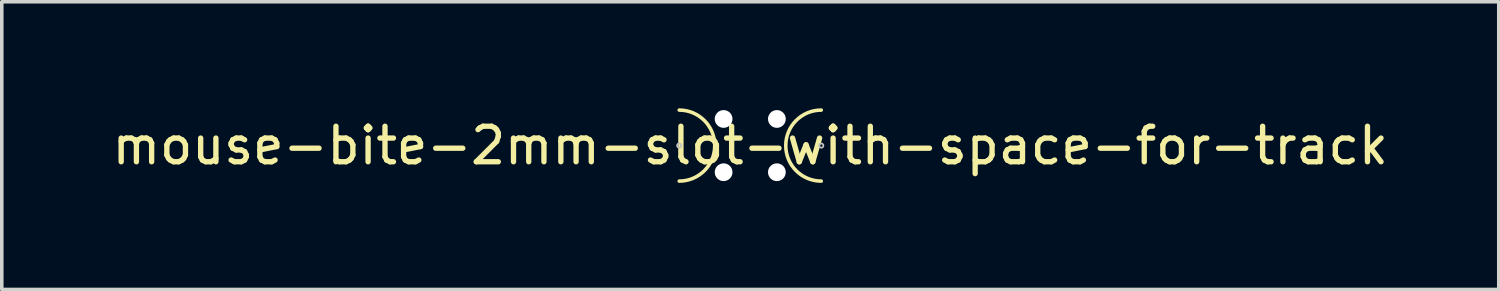
<source format=kicad_pcb>
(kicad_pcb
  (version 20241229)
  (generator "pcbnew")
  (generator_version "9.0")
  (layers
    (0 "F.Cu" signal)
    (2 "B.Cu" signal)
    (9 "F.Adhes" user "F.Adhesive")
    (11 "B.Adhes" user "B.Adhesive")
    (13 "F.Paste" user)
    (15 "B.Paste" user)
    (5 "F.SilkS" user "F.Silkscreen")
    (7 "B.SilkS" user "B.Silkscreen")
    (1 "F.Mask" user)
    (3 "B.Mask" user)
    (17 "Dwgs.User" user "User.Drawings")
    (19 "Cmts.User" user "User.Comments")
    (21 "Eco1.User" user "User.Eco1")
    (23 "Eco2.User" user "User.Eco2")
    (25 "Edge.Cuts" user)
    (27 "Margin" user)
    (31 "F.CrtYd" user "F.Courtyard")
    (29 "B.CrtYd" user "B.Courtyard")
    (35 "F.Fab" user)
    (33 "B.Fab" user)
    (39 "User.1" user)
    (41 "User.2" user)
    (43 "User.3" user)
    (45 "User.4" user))
  (footprint "mouse-bite-2mm-slot-with-space-for-track"
    (layer "F.Cu")
    (at 18.077 1.05)
    (property "Reference" "mouse-bite-2mm-slot-with-space-for-track" (at 0 0 0) (layer "F.SilkS") (effects (font (size 1 1) (thickness 0.15))))
    (attr through_hole)
    (fp_arc (start -2 -1) (mid -1 0) (end -2 1) (stroke (width 0.1) (type solid)) (layer "F.SilkS"))
    (fp_arc (start 2 1) (mid 1 0) (end 2 -1) (stroke (width 0.1) (type solid)) (layer "F.SilkS"))
    (fp_circle (center -2 0) (end -2 -0.06) (stroke (width 0.05) (type solid)) (fill no) (layer "Dwgs.User"))
    (fp_circle (center 2 0) (end 2.06 0) (stroke (width 0.05) (type solid)) (fill no) (layer "Dwgs.User"))
    (fp_line (start -2 0) (end -2 0) (stroke (width 2) (type solid)) (layer "Eco1.User"))
    (fp_line (start 2 0) (end 2 0) (stroke (width 2) (type solid)) (layer "Eco1.User"))
    (pad "" np_thru_hole circle (at -0.75 -0.75) (size 0.5 0.5) (drill 0.5) (layers "*.Cu" "*.Mask"))
    (pad "" np_thru_hole circle (at -0.75 0.75) (size 0.5 0.5) (drill 0.5) (layers "*.Cu" "*.Mask"))
    (pad "" np_thru_hole circle (at 0.75 -0.75) (size 0.5 0.5) (drill 0.5) (layers "*.Cu" "*.Mask"))
    (pad "" np_thru_hole circle (at 0.75 0.75) (size 0.5 0.5) (drill 0.5) (layers "*.Cu" "*.Mask")))
  (gr_rect
    (start -3 -3)
    (end 39.155 5.1)
    (stroke (width 0.1) (type default))
    (fill no)
    (layer "Edge.Cuts")))
</source>
